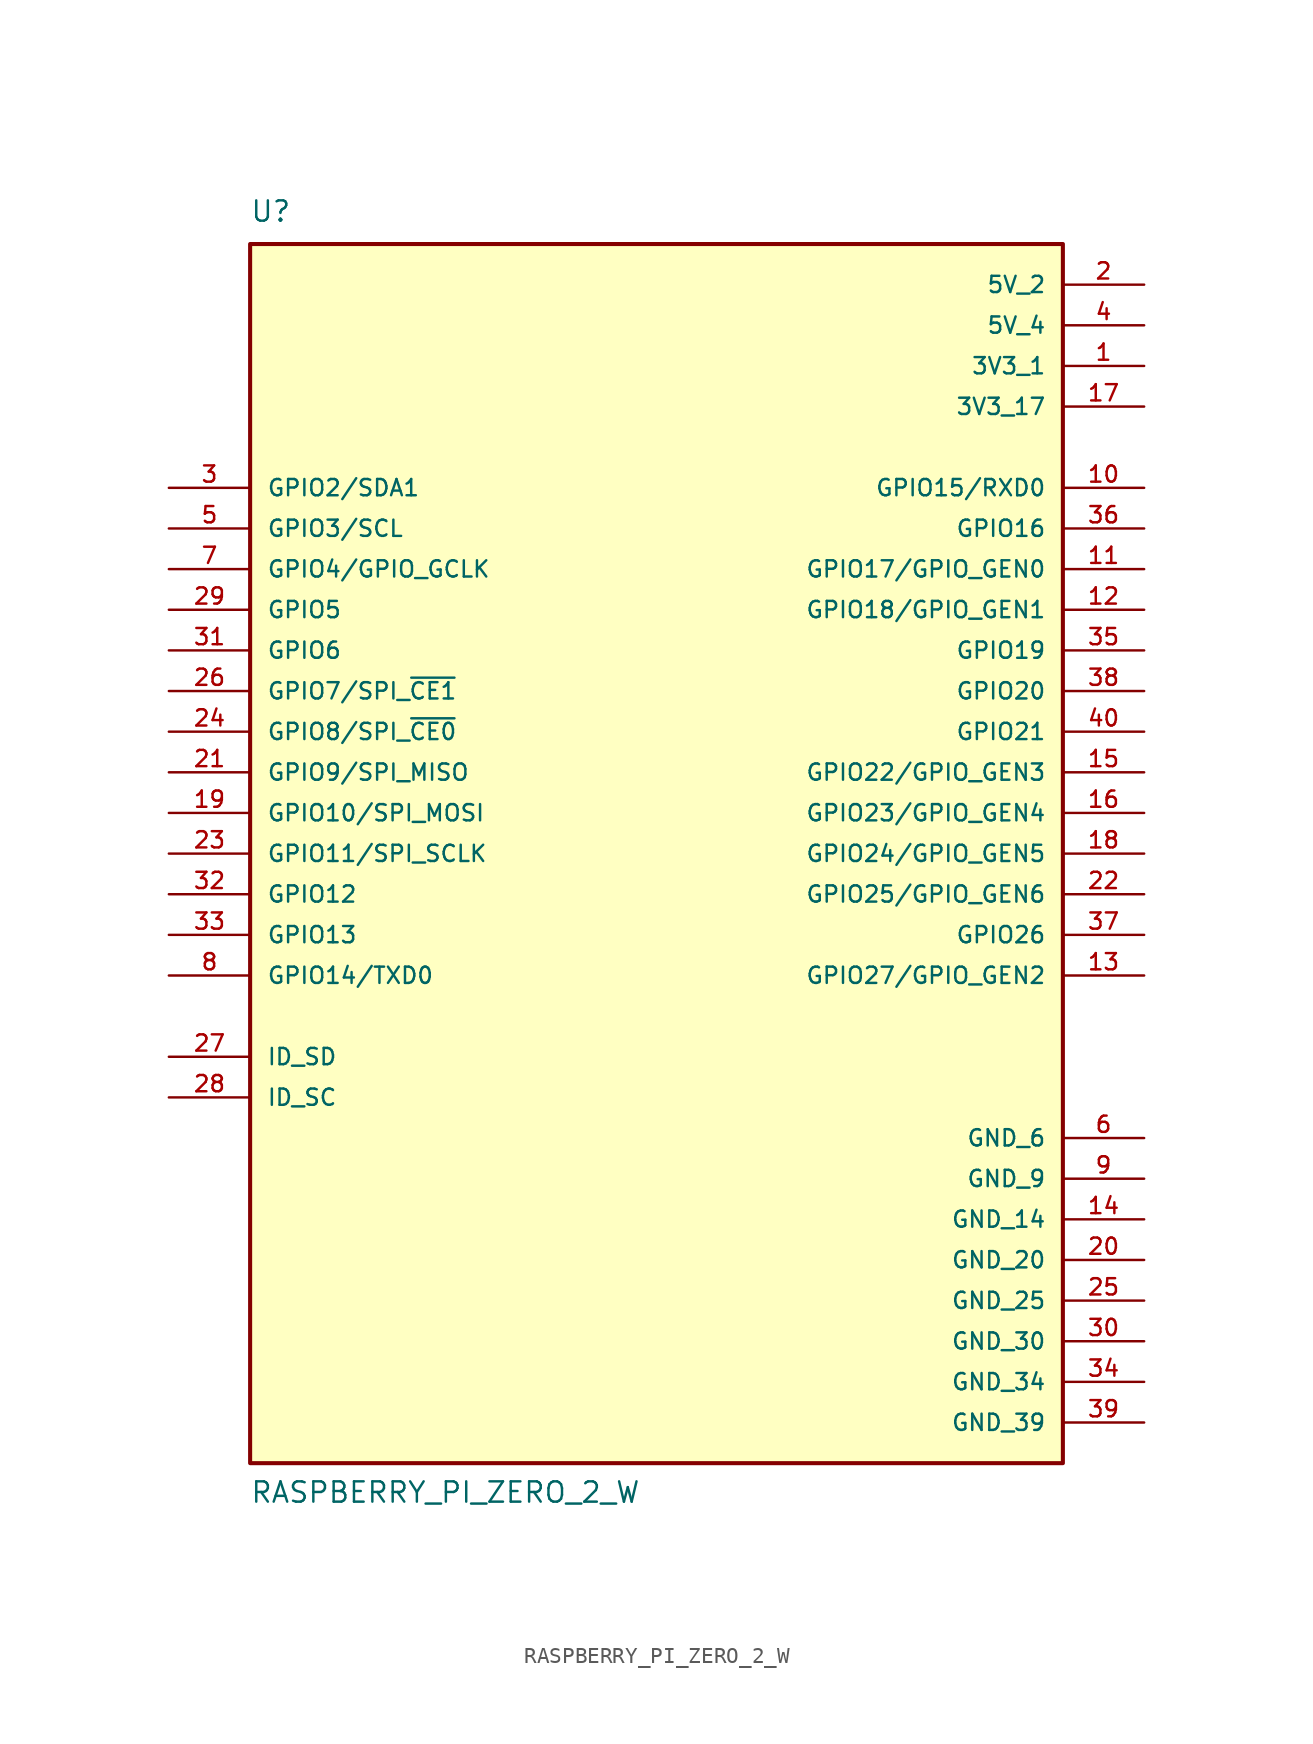
<source format=kicad_sym>
(kicad_symbol_lib
  (version 20231120)
  (generator "kicad_symbol_editor")
  (generator_version "8.0")
  (symbol "RASPBERRY_PI_ZERO_2_W"
    (pin_names
      (offset 1.016))
    (property "Reference" "U"
      (at -25.42 39.396 0)
      (effects (font (size 1.27 1.27)) (justify left bottom)))
    (property "Value" "RASPBERRY_PI_ZERO_2_W"
      (at -25.419 -40.669 0)
      (effects (font (size 1.27 1.27)) (justify left bottom)))
    (symbol "RASPBERRY_PI_ZERO_2_W_0_0"
      (rectangle (start -25.4 -38.1) (end 25.4 38.1) (stroke (width 0.254) (type default)) (fill (type background)))
      (pin power_in line (at 30.48 30.48 180) (length 5.08) (name "3V3_1" (effects (font (size 1.016 1.016)))) (number "1" (effects (font (size 1.016 1.016)))))
      (pin bidirectional line (at 30.48 22.86 180) (length 5.08) (name "GPIO15/RXD0" (effects (font (size 1.016 1.016)))) (number "10" (effects (font (size 1.016 1.016)))))
      (pin bidirectional line (at 30.48 17.78 180) (length 5.08) (name "GPIO17/GPIO_GEN0" (effects (font (size 1.016 1.016)))) (number "11" (effects (font (size 1.016 1.016)))))
      (pin bidirectional line (at 30.48 15.24 180) (length 5.08) (name "GPIO18/GPIO_GEN1" (effects (font (size 1.016 1.016)))) (number "12" (effects (font (size 1.016 1.016)))))
      (pin bidirectional line (at 30.48 -7.62 180) (length 5.08) (name "GPIO27/GPIO_GEN2" (effects (font (size 1.016 1.016)))) (number "13" (effects (font (size 1.016 1.016)))))
      (pin power_in line (at 30.48 -22.86 180) (length 5.08) (name "GND_14" (effects (font (size 1.016 1.016)))) (number "14" (effects (font (size 1.016 1.016)))))
      (pin bidirectional line (at 30.48 5.08 180) (length 5.08) (name "GPIO22/GPIO_GEN3" (effects (font (size 1.016 1.016)))) (number "15" (effects (font (size 1.016 1.016)))))
      (pin bidirectional line (at 30.48 2.54 180) (length 5.08) (name "GPIO23/GPIO_GEN4" (effects (font (size 1.016 1.016)))) (number "16" (effects (font (size 1.016 1.016)))))
      (pin power_in line (at 30.48 27.94 180) (length 5.08) (name "3V3_17" (effects (font (size 1.016 1.016)))) (number "17" (effects (font (size 1.016 1.016)))))
      (pin bidirectional line (at 30.48 0 180) (length 5.08) (name "GPIO24/GPIO_GEN5" (effects (font (size 1.016 1.016)))) (number "18" (effects (font (size 1.016 1.016)))))
      (pin bidirectional line (at -30.48 2.54 0) (length 5.08) (name "GPIO10/SPI_MOSI" (effects (font (size 1.016 1.016)))) (number "19" (effects (font (size 1.016 1.016)))))
      (pin power_in line (at 30.48 35.56 180) (length 5.08) (name "5V_2" (effects (font (size 1.016 1.016)))) (number "2" (effects (font (size 1.016 1.016)))))
      (pin power_in line (at 30.48 -25.4 180) (length 5.08) (name "GND_20" (effects (font (size 1.016 1.016)))) (number "20" (effects (font (size 1.016 1.016)))))
      (pin bidirectional line (at -30.48 5.08 0) (length 5.08) (name "GPIO9/SPI_MISO" (effects (font (size 1.016 1.016)))) (number "21" (effects (font (size 1.016 1.016)))))
      (pin bidirectional line (at 30.48 -2.54 180) (length 5.08) (name "GPIO25/GPIO_GEN6" (effects (font (size 1.016 1.016)))) (number "22" (effects (font (size 1.016 1.016)))))
      (pin bidirectional line (at -30.48 0 0) (length 5.08) (name "GPIO11/SPI_SCLK" (effects (font (size 1.016 1.016)))) (number "23" (effects (font (size 1.016 1.016)))))
      (pin bidirectional line (at -30.48 7.62 0) (length 5.08) (name "GPIO8/SPI_~{CE0}" (effects (font (size 1.016 1.016)))) (number "24" (effects (font (size 1.016 1.016)))))
      (pin power_in line (at 30.48 -27.94 180) (length 5.08) (name "GND_25" (effects (font (size 1.016 1.016)))) (number "25" (effects (font (size 1.016 1.016)))))
      (pin bidirectional line (at -30.48 10.16 0) (length 5.08) (name "GPIO7/SPI_~{CE1}" (effects (font (size 1.016 1.016)))) (number "26" (effects (font (size 1.016 1.016)))))
      (pin bidirectional line (at -30.48 -12.7 0) (length 5.08) (name "ID_SD" (effects (font (size 1.016 1.016)))) (number "27" (effects (font (size 1.016 1.016)))))
      (pin bidirectional line (at -30.48 -15.24 0) (length 5.08) (name "ID_SC" (effects (font (size 1.016 1.016)))) (number "28" (effects (font (size 1.016 1.016)))))
      (pin bidirectional line (at -30.48 15.24 0) (length 5.08) (name "GPIO5" (effects (font (size 1.016 1.016)))) (number "29" (effects (font (size 1.016 1.016)))))
      (pin bidirectional line (at -30.48 22.86 0) (length 5.08) (name "GPIO2/SDA1" (effects (font (size 1.016 1.016)))) (number "3" (effects (font (size 1.016 1.016)))))
      (pin power_in line (at 30.48 -30.48 180) (length 5.08) (name "GND_30" (effects (font (size 1.016 1.016)))) (number "30" (effects (font (size 1.016 1.016)))))
      (pin bidirectional line (at -30.48 12.7 0) (length 5.08) (name "GPIO6" (effects (font (size 1.016 1.016)))) (number "31" (effects (font (size 1.016 1.016)))))
      (pin bidirectional line (at -30.48 -2.54 0) (length 5.08) (name "GPIO12" (effects (font (size 1.016 1.016)))) (number "32" (effects (font (size 1.016 1.016)))))
      (pin bidirectional line (at -30.48 -5.08 0) (length 5.08) (name "GPIO13" (effects (font (size 1.016 1.016)))) (number "33" (effects (font (size 1.016 1.016)))))
      (pin power_in line (at 30.48 -33.02 180) (length 5.08) (name "GND_34" (effects (font (size 1.016 1.016)))) (number "34" (effects (font (size 1.016 1.016)))))
      (pin bidirectional line (at 30.48 12.7 180) (length 5.08) (name "GPIO19" (effects (font (size 1.016 1.016)))) (number "35" (effects (font (size 1.016 1.016)))))
      (pin bidirectional line (at 30.48 20.32 180) (length 5.08) (name "GPIO16" (effects (font (size 1.016 1.016)))) (number "36" (effects (font (size 1.016 1.016)))))
      (pin bidirectional line (at 30.48 -5.08 180) (length 5.08) (name "GPIO26" (effects (font (size 1.016 1.016)))) (number "37" (effects (font (size 1.016 1.016)))))
      (pin bidirectional line (at 30.48 10.16 180) (length 5.08) (name "GPIO20" (effects (font (size 1.016 1.016)))) (number "38" (effects (font (size 1.016 1.016)))))
      (pin power_in line (at 30.48 -35.56 180) (length 5.08) (name "GND_39" (effects (font (size 1.016 1.016)))) (number "39" (effects (font (size 1.016 1.016)))))
      (pin power_in line (at 30.48 33.02 180) (length 5.08) (name "5V_4" (effects (font (size 1.016 1.016)))) (number "4" (effects (font (size 1.016 1.016)))))
      (pin bidirectional line (at 30.48 7.62 180) (length 5.08) (name "GPIO21" (effects (font (size 1.016 1.016)))) (number "40" (effects (font (size 1.016 1.016)))))
      (pin bidirectional line (at -30.48 20.32 0) (length 5.08) (name "GPIO3/SCL" (effects (font (size 1.016 1.016)))) (number "5" (effects (font (size 1.016 1.016)))))
      (pin power_in line (at 30.48 -17.78 180) (length 5.08) (name "GND_6" (effects (font (size 1.016 1.016)))) (number "6" (effects (font (size 1.016 1.016)))))
      (pin bidirectional line (at -30.48 17.78 0) (length 5.08) (name "GPIO4/GPIO_GCLK" (effects (font (size 1.016 1.016)))) (number "7" (effects (font (size 1.016 1.016)))))
      (pin bidirectional line (at -30.48 -7.62 0) (length 5.08) (name "GPIO14/TXD0" (effects (font (size 1.016 1.016)))) (number "8" (effects (font (size 1.016 1.016)))))
      (pin power_in line (at 30.48 -20.32 180) (length 5.08) (name "GND_9" (effects (font (size 1.016 1.016)))) (number "9" (effects (font (size 1.016 1.016))))))))
</source>
